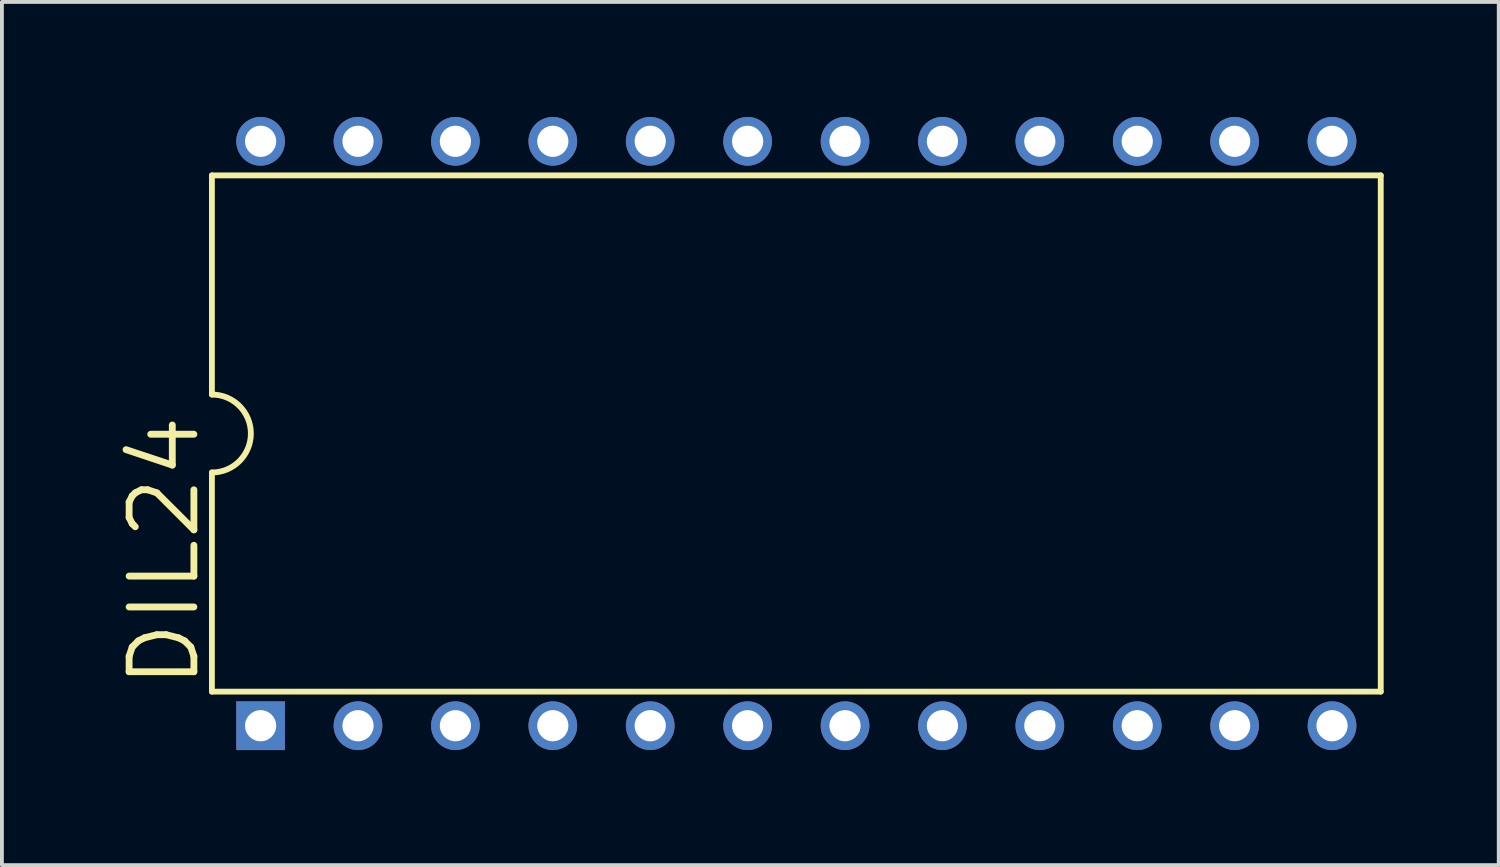
<source format=kicad_pcb>
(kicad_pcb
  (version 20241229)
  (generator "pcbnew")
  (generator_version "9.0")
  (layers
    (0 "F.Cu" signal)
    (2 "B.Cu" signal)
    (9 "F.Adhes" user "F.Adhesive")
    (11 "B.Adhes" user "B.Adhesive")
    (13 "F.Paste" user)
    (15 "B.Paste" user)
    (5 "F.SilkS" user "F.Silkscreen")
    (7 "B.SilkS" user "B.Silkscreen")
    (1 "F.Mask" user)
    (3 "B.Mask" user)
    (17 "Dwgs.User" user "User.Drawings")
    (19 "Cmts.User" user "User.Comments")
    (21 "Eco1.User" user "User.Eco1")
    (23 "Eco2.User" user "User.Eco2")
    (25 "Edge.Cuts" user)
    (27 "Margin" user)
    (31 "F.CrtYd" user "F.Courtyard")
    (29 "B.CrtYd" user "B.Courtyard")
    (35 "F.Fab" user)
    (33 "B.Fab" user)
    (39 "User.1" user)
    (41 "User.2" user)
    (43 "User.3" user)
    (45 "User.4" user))
  (footprint "DIL24"
    (layer "F.Cu")
    (at 17.716 8.255)
    (property "Reference" "DIL24" (at -15.494 6.731 90) (layer "F.SilkS") (effects (font (size 1.689 1.689) (thickness 0.178)) (justify left bottom)))
    (attr through_hole)
    (fp_line (start -15.24 -6.731) (end -15.24 -1.016) (stroke (width 0.152) (type solid)) (layer "F.SilkS"))
    (fp_line (start -15.24 6.731) (end -15.24 1.016) (stroke (width 0.152) (type solid)) (layer "F.SilkS"))
    (fp_line (start -15.24 6.731) (end 15.24 6.731) (stroke (width 0.152) (type solid)) (layer "F.SilkS"))
    (fp_line (start 15.24 -6.731) (end -15.24 -6.731) (stroke (width 0.152) (type solid)) (layer "F.SilkS"))
    (fp_line (start 15.24 -6.731) (end 15.24 6.731) (stroke (width 0.152) (type solid)) (layer "F.SilkS"))
    (fp_arc (start -15.24 -1.016) (mid -14.224 0) (end -15.24 1.016) (stroke (width 0.1524) (type solid)) (layer "F.SilkS"))
    (pad "1" thru_hole rect (at -13.97 7.62 90) (size 1.27 1.27) (drill 0.813) (layers "*.Cu" "*.Mask"))
    (pad "2" thru_hole circle (at -11.43 7.62 90) (size 1.27 1.27) (drill 0.813) (layers "*.Cu" "*.Mask"))
    (pad "3" thru_hole circle (at -8.89 7.62 90) (size 1.27 1.27) (drill 0.813) (layers "*.Cu" "*.Mask"))
    (pad "4" thru_hole circle (at -6.35 7.62 90) (size 1.27 1.27) (drill 0.813) (layers "*.Cu" "*.Mask"))
    (pad "5" thru_hole circle (at -3.81 7.62 90) (size 1.27 1.27) (drill 0.813) (layers "*.Cu" "*.Mask"))
    (pad "6" thru_hole circle (at -1.27 7.62 90) (size 1.27 1.27) (drill 0.813) (layers "*.Cu" "*.Mask"))
    (pad "7" thru_hole circle (at 1.27 7.62 90) (size 1.27 1.27) (drill 0.813) (layers "*.Cu" "*.Mask"))
    (pad "8" thru_hole circle (at 3.81 7.62 90) (size 1.27 1.27) (drill 0.813) (layers "*.Cu" "*.Mask"))
    (pad "9" thru_hole circle (at 6.35 7.62 90) (size 1.27 1.27) (drill 0.813) (layers "*.Cu" "*.Mask"))
    (pad "10" thru_hole circle (at 8.89 7.62 90) (size 1.27 1.27) (drill 0.813) (layers "*.Cu" "*.Mask"))
    (pad "11" thru_hole circle (at 11.43 7.62 90) (size 1.27 1.27) (drill 0.813) (layers "*.Cu" "*.Mask"))
    (pad "12" thru_hole circle (at 13.97 7.62 90) (size 1.27 1.27) (drill 0.813) (layers "*.Cu" "*.Mask"))
    (pad "13" thru_hole circle (at 13.97 -7.62 90) (size 1.27 1.27) (drill 0.813) (layers "*.Cu" "*.Mask"))
    (pad "14" thru_hole circle (at 11.43 -7.62 90) (size 1.27 1.27) (drill 0.813) (layers "*.Cu" "*.Mask"))
    (pad "15" thru_hole circle (at 8.89 -7.62 90) (size 1.27 1.27) (drill 0.813) (layers "*.Cu" "*.Mask"))
    (pad "16" thru_hole circle (at 6.35 -7.62 90) (size 1.27 1.27) (drill 0.813) (layers "*.Cu" "*.Mask"))
    (pad "17" thru_hole circle (at 3.81 -7.62 90) (size 1.27 1.27) (drill 0.813) (layers "*.Cu" "*.Mask"))
    (pad "18" thru_hole circle (at 1.27 -7.62 90) (size 1.27 1.27) (drill 0.813) (layers "*.Cu" "*.Mask"))
    (pad "19" thru_hole circle (at -1.27 -7.62 90) (size 1.27 1.27) (drill 0.813) (layers "*.Cu" "*.Mask"))
    (pad "20" thru_hole circle (at -3.81 -7.62 90) (size 1.27 1.27) (drill 0.813) (layers "*.Cu" "*.Mask"))
    (pad "21" thru_hole circle (at -6.35 -7.62 90) (size 1.27 1.27) (drill 0.813) (layers "*.Cu" "*.Mask"))
    (pad "22" thru_hole circle (at -8.89 -7.62 90) (size 1.27 1.27) (drill 0.813) (layers "*.Cu" "*.Mask"))
    (pad "23" thru_hole circle (at -11.43 -7.62 90) (size 1.27 1.27) (drill 0.813) (layers "*.Cu" "*.Mask"))
    (pad "24" thru_hole circle (at -13.97 -7.62 90) (size 1.27 1.27) (drill 0.813) (layers "*.Cu" "*.Mask")))
  (gr_rect
    (start -3 -3)
    (end 36.033 19.51)
    (stroke (width 0.1) (type default))
    (fill no)
    (layer "Edge.Cuts")))
</source>
